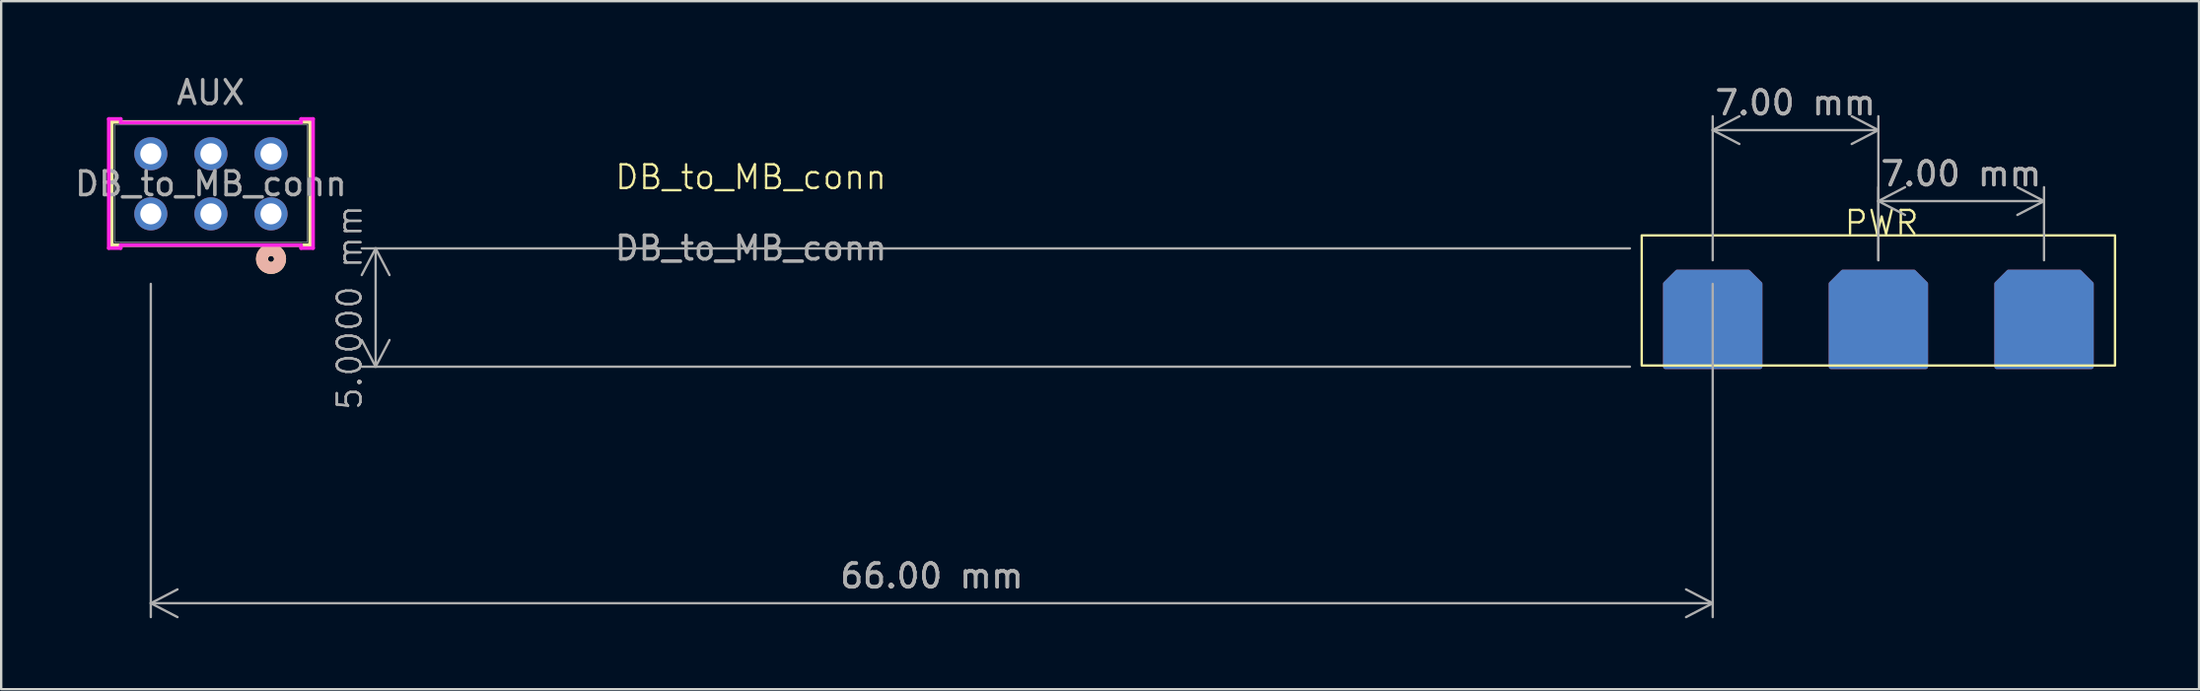
<source format=kicad_pcb>
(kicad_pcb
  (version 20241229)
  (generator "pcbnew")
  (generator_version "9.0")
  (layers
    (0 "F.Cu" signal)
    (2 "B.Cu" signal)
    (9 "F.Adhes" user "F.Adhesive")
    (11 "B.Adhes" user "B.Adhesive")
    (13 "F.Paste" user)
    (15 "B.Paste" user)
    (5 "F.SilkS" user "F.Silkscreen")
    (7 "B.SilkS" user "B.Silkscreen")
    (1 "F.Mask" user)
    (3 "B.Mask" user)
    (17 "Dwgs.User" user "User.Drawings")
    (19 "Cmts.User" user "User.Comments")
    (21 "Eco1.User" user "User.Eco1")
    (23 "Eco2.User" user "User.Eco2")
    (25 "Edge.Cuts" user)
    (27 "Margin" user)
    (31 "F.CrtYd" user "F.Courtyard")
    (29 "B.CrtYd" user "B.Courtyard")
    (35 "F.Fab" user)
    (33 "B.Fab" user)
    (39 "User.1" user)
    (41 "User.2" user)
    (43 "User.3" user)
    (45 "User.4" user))
  (footprint "DB_to_MB_conn"
    (layer "F.Cu")
    (at 3.323 3.45)
    (property "Reference" "DB_to_MB_conn" (at 25.358 0.988 0) (unlocked yes) (layer "F.SilkS") (effects (font (size 1 1) (thickness 0.1))))
    (attr through_hole)
    (fp_poly (pts (xy 68 9) (xy 64 9) (xy 64 5.5) (xy 64.5 5) (xy 67.5 5) (xy 68 5.5)) (stroke (width 0.2) (type solid)) (fill yes) (layer "F.Cu"))
    (fp_poly (pts (xy 75 9) (xy 71 9) (xy 71 5.5) (xy 71.5 5) (xy 74.5 5) (xy 75 5.5)) (stroke (width 0.2) (type solid)) (fill yes) (layer "F.Cu"))
    (fp_poly (pts (xy 82 9) (xy 78 9) (xy 78 5.5) (xy 78.5 5) (xy 81.5 5) (xy 82 5.5)) (stroke (width 0.2) (type solid)) (fill yes) (layer "F.Cu"))
    (fp_poly (pts (xy 68 9) (xy 64 9) (xy 64 5.5) (xy 64.5 5) (xy 67.5 5) (xy 68 5.5)) (stroke (width 0.2) (type solid)) (fill yes) (layer "F.Mask"))
    (fp_poly (pts (xy 75 9) (xy 71 9) (xy 71 5.5) (xy 71.5 5) (xy 74.5 5) (xy 75 5.5)) (stroke (width 0.2) (type solid)) (fill yes) (layer "F.Mask"))
    (fp_poly (pts (xy 82 9) (xy 78 9) (xy 78 5.5) (xy 78.5 5) (xy 81.5 5) (xy 82 5.5)) (stroke (width 0.2) (type solid)) (fill yes) (layer "F.Mask"))
    (fp_poly (pts (xy 68 9) (xy 64 9) (xy 64 5.5) (xy 64.5 5) (xy 67.5 5) (xy 68 5.5)) (stroke (width 0.2) (type solid)) (fill yes) (layer "B.Cu"))
    (fp_poly (pts (xy 75 9) (xy 71 9) (xy 71 5.5) (xy 71.5 5) (xy 74.5 5) (xy 75 5.5)) (stroke (width 0.2) (type solid)) (fill yes) (layer "B.Cu"))
    (fp_poly (pts (xy 82 9) (xy 78 9) (xy 78 5.5) (xy 78.5 5) (xy 81.5 5) (xy 82 5.5)) (stroke (width 0.2) (type solid)) (fill yes) (layer "B.Cu"))
    (fp_poly (pts (xy 68 9) (xy 64 9) (xy 64 5.5) (xy 64.5 5) (xy 67.5 5) (xy 68 5.5)) (stroke (width 0.2) (type solid)) (fill yes) (layer "B.Mask"))
    (fp_poly (pts (xy 75 9) (xy 71 9) (xy 71 5.5) (xy 71.5 5) (xy 74.5 5) (xy 75 5.5)) (stroke (width 0.2) (type solid)) (fill yes) (layer "B.Mask"))
    (fp_poly (pts (xy 82 9) (xy 78 9) (xy 78 5.5) (xy 78.5 5) (xy 81.5 5) (xy 82 5.5)) (stroke (width 0.2) (type solid)) (fill yes) (layer "B.Mask"))
    (fp_line (start -1.651 -1.346) (end -1.651 3.861) (stroke (width 0.152) (type solid)) (layer "F.SilkS"))
    (fp_line (start -1.651 3.861) (end 6.731 3.861) (stroke (width 0.152) (type solid)) (layer "F.SilkS"))
    (fp_line (start 6.731 -1.346) (end -1.651 -1.346) (stroke (width 0.152) (type solid)) (layer "F.SilkS"))
    (fp_line (start 6.731 3.861) (end 6.731 -1.346) (stroke (width 0.152) (type solid)) (layer "F.SilkS"))
    (fp_rect (start 63 3.45) (end 83 8.95) (stroke (width 0.1) (type default)) (fill no) (layer "F.SilkS"))
    (fp_circle (center 5.08 4.445) (end 5.461 4.445) (stroke (width 0.508) (type solid)) (fill no) (layer "F.SilkS"))
    (fp_circle (center 5.08 4.445) (end 5.461 4.445) (stroke (width 0.508) (type solid)) (fill no) (layer "B.SilkS"))
    (fp_rect (start 62.5 3) (end 83.5 9) (stroke (width 0.1) (type default)) (fill no) (layer "Margin"))
    (fp_line (start -1.778 -1.473) (end -1.778 3.988) (stroke (width 0.152) (type solid)) (layer "F.CrtYd"))
    (fp_line (start -1.778 3.988) (end -1.27 3.988) (stroke (width 0.152) (type solid)) (layer "F.CrtYd"))
    (fp_line (start -1.27 -1.473) (end -1.778 -1.473) (stroke (width 0.152) (type solid)) (layer "F.CrtYd"))
    (fp_line (start -1.27 -1.321) (end -1.27 -1.473) (stroke (width 0.152) (type solid)) (layer "F.CrtYd"))
    (fp_line (start -1.27 3.861) (end 6.35 3.861) (stroke (width 0.152) (type solid)) (layer "F.CrtYd"))
    (fp_line (start -1.27 3.988) (end -1.27 3.861) (stroke (width 0.152) (type solid)) (layer "F.CrtYd"))
    (fp_line (start 6.35 -1.473) (end 6.35 -1.321) (stroke (width 0.152) (type solid)) (layer "F.CrtYd"))
    (fp_line (start 6.35 -1.321) (end -1.27 -1.321) (stroke (width 0.152) (type solid)) (layer "F.CrtYd"))
    (fp_line (start 6.35 3.861) (end 6.35 3.988) (stroke (width 0.152) (type solid)) (layer "F.CrtYd"))
    (fp_line (start 6.35 3.988) (end 6.858 3.988) (stroke (width 0.152) (type solid)) (layer "F.CrtYd"))
    (fp_line (start 6.858 -1.473) (end 6.35 -1.473) (stroke (width 0.152) (type solid)) (layer "F.CrtYd"))
    (fp_line (start 6.858 3.988) (end 6.858 -1.473) (stroke (width 0.152) (type solid)) (layer "F.CrtYd"))
    (fp_line (start -1.524 -1.219) (end -1.524 3.734) (stroke (width 0.025) (type solid)) (layer "F.Fab"))
    (fp_line (start -1.524 3.734) (end 6.604 3.734) (stroke (width 0.025) (type solid)) (layer "F.Fab"))
    (fp_line (start 6.604 -1.219) (end -1.524 -1.219) (stroke (width 0.025) (type solid)) (layer "F.Fab"))
    (fp_line (start 6.604 3.734) (end 6.604 -1.219) (stroke (width 0.025) (type solid)) (layer "F.Fab"))
    (fp_circle (center 5.08 2.54) (end 5.334 2.54) (stroke (width 0.025) (type solid)) (fill no) (layer "F.Fab"))
    (fp_text user "PWR" (at 71.5 3.5 0) (unlocked yes) (layer "F.SilkS") (effects (font (size 1 1) (thickness 0.1)) (justify left bottom)))
    (fp_text user "AUX" (at 1 -2 0) (unlocked yes) (layer "F.Fab") (effects (font (size 1 1) (thickness 0.15)) (justify left bottom)))
    (fp_text user "${REFERENCE}" (at 2.54 1.27 0) (unlocked yes) (layer "F.Fab") (effects (font (size 1 1) (thickness 0.15))))
    (fp_text user "${REFERENCE}" (at 25.358 3.988 0) (unlocked yes) (layer "F.Fab") (effects (font (size 1 1) (thickness 0.15))))
    (dimension (type aligned) (layer "F.Fab") (pts (xy 76.323 8.45) (xy 83.323 8.45)) (height -3) (format (prefix "") (suffix "") (units 3) (units_format 1) (precision 2)) (style (thickness 0.1) (arrow_length 1.27) (text_position_mode 0) (arrow_direction outward) (extension_height 0.586) (extension_offset 0.5) (keep_text_aligned yes)) (gr_text "7.00 mm" (at 79.823 4.3 0) (layer "F.Fab") (effects (font (size 1 1) (thickness 0.15)))))
    (dimension (type aligned) (layer "F.Fab") (pts (xy 3.323 8.45) (xy 69.323 8.45)) (height 14) (format (prefix "") (suffix "") (units 3) (units_format 1) (precision 2)) (style (thickness 0.1) (arrow_length 1.27) (text_position_mode 0) (arrow_direction outward) (extension_height 0.586) (extension_offset 0.5) (keep_text_aligned yes)) (gr_text "66.00 mm" (at 36.323 21.3 0) (layer "F.Fab") (effects (font (size 1 1) (thickness 0.15)))))
    (dimension (type aligned) (layer "F.Fab") (pts (xy 66.323 12.45) (xy 66.323 7.45)) (height -53.5) (format (prefix "") (suffix "") (units 3) (units_format 1) (precision 4)) (style (thickness 0.1) (arrow_length 1.27) (text_position_mode 0) (arrow_direction outward) (extension_height 0.586) (extension_offset 0.5) (keep_text_aligned yes)) (gr_text "5.0000 mm" (at 11.723 9.95 90) (layer "F.Fab") (effects (font (size 1 1) (thickness 0.1)))))
    (dimension (type aligned) (layer "F.Fab") (pts (xy 76.323 8.45) (xy 69.323 8.45)) (height 6) (format (prefix "") (suffix "") (units 3) (units_format 1) (precision 2)) (style (thickness 0.1) (arrow_length 1.27) (text_position_mode 0) (arrow_direction outward) (extension_height 0.586) (extension_offset 0.5) (keep_text_aligned yes)) (gr_text "7.00 mm" (at 72.823 1.3 0) (layer "F.Fab") (effects (font (size 1 1) (thickness 0.15)))))
    (pad "1" thru_hole circle (at 5.08 2.54 90) (size 1.397 1.397) (drill 0.889) (layers "*.Cu" "*.Mask"))
    (pad "2" thru_hole circle (at 5.08 0 90) (size 1.397 1.397) (drill 0.889) (layers "*.Cu" "*.Mask"))
    (pad "3" thru_hole circle (at 2.54 2.54 90) (size 1.397 1.397) (drill 0.889) (layers "*.Cu" "*.Mask"))
    (pad "4" thru_hole circle (at 2.54 0 90) (size 1.397 1.397) (drill 0.889) (layers "*.Cu" "*.Mask"))
    (pad "5" thru_hole circle (at 0 2.54 90) (size 1.397 1.397) (drill 0.889) (layers "*.Cu" "*.Mask"))
    (pad "6" thru_hole circle (at 0 0 90) (size 1.397 1.397) (drill 0.889) (layers "*.Cu" "*.Mask"))
    (pad "7" smd roundrect (at 66 7.5) (size 1.524 1.524) (layers "F.Cu" "F.Mask" "F.Paste") (roundrect_rratio 0.164))
    (pad "8" smd roundrect (at 73 7.5) (size 1.524 1.524) (layers "F.Cu" "F.Mask" "F.Paste") (roundrect_rratio 0.164))
    (pad "9" smd roundrect (at 80 7.5) (size 1.524 1.524) (layers "F.Cu" "F.Mask" "F.Paste") (roundrect_rratio 0.164)))
  (gr_rect
    (start -3 -3)
    (end 89.873 26.086)
    (stroke (width 0.1) (type default))
    (fill no)
    (layer "Edge.Cuts")))
</source>
